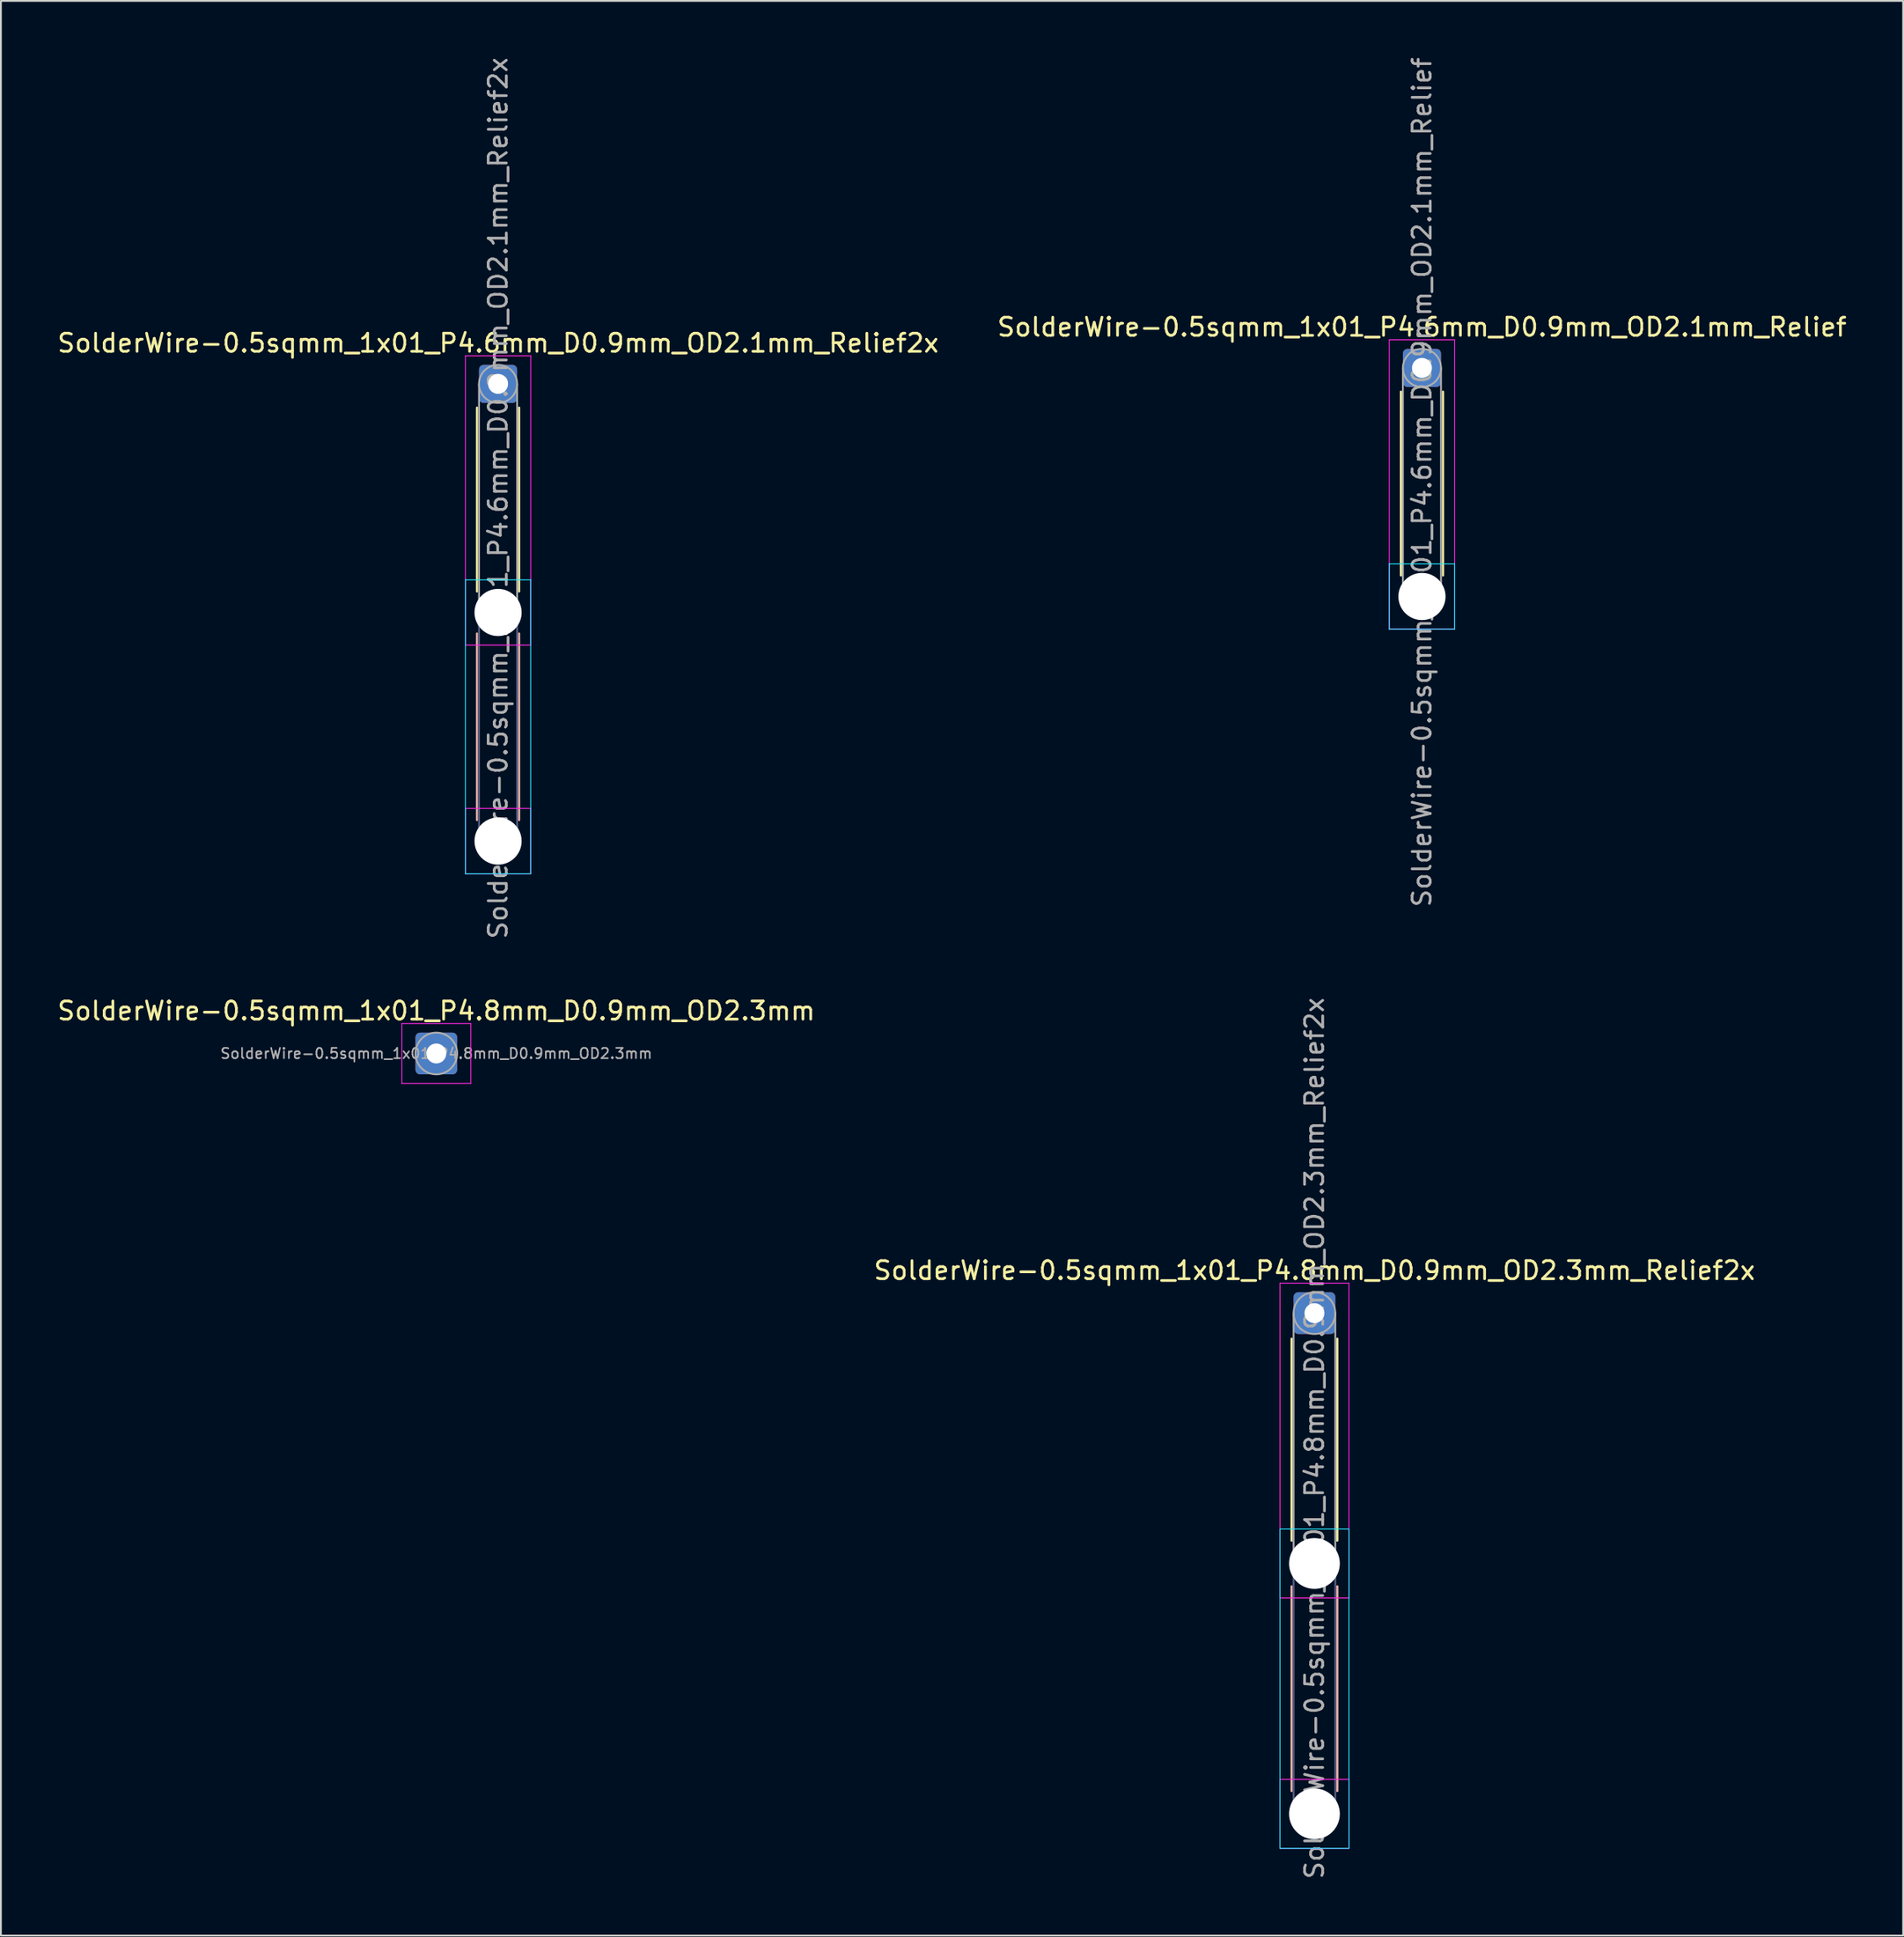
<source format=kicad_pcb>
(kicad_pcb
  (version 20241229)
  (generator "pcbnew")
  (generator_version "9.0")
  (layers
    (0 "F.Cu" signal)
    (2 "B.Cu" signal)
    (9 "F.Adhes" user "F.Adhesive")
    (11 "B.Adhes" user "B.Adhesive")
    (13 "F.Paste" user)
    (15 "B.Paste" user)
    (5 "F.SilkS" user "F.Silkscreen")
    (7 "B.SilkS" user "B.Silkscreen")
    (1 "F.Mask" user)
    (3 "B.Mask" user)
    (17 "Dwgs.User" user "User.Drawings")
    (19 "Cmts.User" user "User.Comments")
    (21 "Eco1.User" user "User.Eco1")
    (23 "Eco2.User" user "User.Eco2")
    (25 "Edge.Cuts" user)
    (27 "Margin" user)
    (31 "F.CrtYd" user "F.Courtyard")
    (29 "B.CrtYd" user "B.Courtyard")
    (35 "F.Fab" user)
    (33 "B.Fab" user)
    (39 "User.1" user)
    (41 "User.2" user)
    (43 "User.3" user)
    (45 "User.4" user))
  (footprint "SolderWire-0.5sqmm_1x01_P4.6mm_D0.9mm_OD2.1mm_Relief2x"
    (layer "F.Cu")
    (at 24.411 18.111)
    (property "Reference" "SolderWire-0.5sqmm_1x01_P4.6mm_D0.9mm_OD2.1mm_Relief2x" (at 0 -2.25 0) (layer "F.SilkS") (effects (font (size 1 1) (thickness 0.15))))
    (attr exclude_from_pos_files exclude_from_bom)
    (fp_line (start -1.16 1.31) (end -1.16 11.44) (stroke (width 0.12) (type solid)) (layer "F.SilkS"))
    (fp_line (start 1.16 1.31) (end 1.16 11.44) (stroke (width 0.12) (type solid)) (layer "F.SilkS"))
    (fp_line (start -1.16 13.76) (end -1.16 24.04) (stroke (width 0.12) (type solid)) (layer "B.SilkS"))
    (fp_line (start 1.16 13.76) (end 1.16 24.04) (stroke (width 0.12) (type solid)) (layer "B.SilkS"))
    (fp_line (start -1.8 10.8) (end -1.8 27) (stroke (width 0.05) (type solid)) (layer "B.CrtYd"))
    (fp_line (start -1.8 27) (end 1.8 27) (stroke (width 0.05) (type solid)) (layer "B.CrtYd"))
    (fp_line (start 1.8 10.8) (end -1.8 10.8) (stroke (width 0.05) (type solid)) (layer "B.CrtYd"))
    (fp_line (start 1.8 27) (end 1.8 10.8) (stroke (width 0.05) (type solid)) (layer "B.CrtYd"))
    (fp_line (start -1.8 -1.55) (end -1.8 14.4) (stroke (width 0.05) (type solid)) (layer "F.CrtYd"))
    (fp_line (start -1.8 14.4) (end 1.8 14.4) (stroke (width 0.05) (type solid)) (layer "F.CrtYd"))
    (fp_line (start -1.8 23.4) (end -1.8 27) (stroke (width 0.05) (type solid)) (layer "F.CrtYd"))
    (fp_line (start -1.8 27) (end 1.8 27) (stroke (width 0.05) (type solid)) (layer "F.CrtYd"))
    (fp_line (start 1.8 -1.55) (end -1.8 -1.55) (stroke (width 0.05) (type solid)) (layer "F.CrtYd"))
    (fp_line (start 1.8 14.4) (end 1.8 -1.55) (stroke (width 0.05) (type solid)) (layer "F.CrtYd"))
    (fp_line (start 1.8 23.4) (end -1.8 23.4) (stroke (width 0.05) (type solid)) (layer "F.CrtYd"))
    (fp_line (start 1.8 27) (end 1.8 23.4) (stroke (width 0.05) (type solid)) (layer "F.CrtYd"))
    (fp_line (start -1.05 12.6) (end -1.05 25.2) (stroke (width 0.1) (type solid)) (layer "B.Fab"))
    (fp_line (start 1.05 12.6) (end 1.05 25.2) (stroke (width 0.1) (type solid)) (layer "B.Fab"))
    (fp_circle (center 0 12.6) (end 1.05 12.6) (stroke (width 0.1) (type solid)) (fill no) (layer "B.Fab"))
    (fp_circle (center 0 25.2) (end 1.05 25.2) (stroke (width 0.1) (type solid)) (fill no) (layer "B.Fab"))
    (fp_line (start -1.05 0) (end -1.05 12.6) (stroke (width 0.1) (type solid)) (layer "F.Fab"))
    (fp_line (start 1.05 0) (end 1.05 12.6) (stroke (width 0.1) (type solid)) (layer "F.Fab"))
    (fp_circle (center 0 0) (end 1.05 0) (stroke (width 0.1) (type solid)) (fill no) (layer "F.Fab"))
    (fp_circle (center 0 12.6) (end 1.05 12.6) (stroke (width 0.1) (type solid)) (fill no) (layer "F.Fab"))
    (fp_circle (center 0 25.2) (end 1.05 25.2) (stroke (width 0.1) (type solid)) (fill no) (layer "F.Fab"))
    (fp_text user "${REFERENCE}" (at 0 6.3 90) (layer "F.Fab") (effects (font (size 1 1) (thickness 0.15))))
    (pad "" np_thru_hole circle (at 0 12.6) (size 2.6 2.6) (drill 2.6) (layers "*.Cu" "*.Mask"))
    (pad "" np_thru_hole circle (at 0 25.2) (size 2.6 2.6) (drill 2.6) (layers "*.Cu" "*.Mask"))
    (pad "1" thru_hole roundrect (at 0 0) (size 2.1 2.1) (drill 1.1) (layers "*.Cu" "*.Mask") (roundrect_rratio 0.119)))
  (footprint "SolderWire-0.5sqmm_1x01_P4.8mm_D0.9mm_OD2.3mm_Relief2x"
    (layer "F.Cu")
    (at 69.423 69.332)
    (property "Reference" "SolderWire-0.5sqmm_1x01_P4.8mm_D0.9mm_OD2.3mm_Relief2x" (at 0 -2.35 0) (layer "F.SilkS") (effects (font (size 1 1) (thickness 0.15))))
    (attr exclude_from_pos_files exclude_from_bom)
    (fp_line (start -1.26 1.41) (end -1.26 12.54) (stroke (width 0.12) (type solid)) (layer "F.SilkS"))
    (fp_line (start 1.26 1.41) (end 1.26 12.54) (stroke (width 0.12) (type solid)) (layer "F.SilkS"))
    (fp_line (start -1.26 15.06) (end -1.26 26.34) (stroke (width 0.12) (type solid)) (layer "B.SilkS"))
    (fp_line (start 1.26 15.06) (end 1.26 26.34) (stroke (width 0.12) (type solid)) (layer "B.SilkS"))
    (fp_line (start -1.9 11.9) (end -1.9 29.5) (stroke (width 0.05) (type solid)) (layer "B.CrtYd"))
    (fp_line (start -1.9 29.5) (end 1.9 29.5) (stroke (width 0.05) (type solid)) (layer "B.CrtYd"))
    (fp_line (start 1.9 11.9) (end -1.9 11.9) (stroke (width 0.05) (type solid)) (layer "B.CrtYd"))
    (fp_line (start 1.9 29.5) (end 1.9 11.9) (stroke (width 0.05) (type solid)) (layer "B.CrtYd"))
    (fp_line (start -1.9 -1.65) (end -1.9 15.7) (stroke (width 0.05) (type solid)) (layer "F.CrtYd"))
    (fp_line (start -1.9 15.7) (end 1.9 15.7) (stroke (width 0.05) (type solid)) (layer "F.CrtYd"))
    (fp_line (start -1.9 25.7) (end -1.9 29.5) (stroke (width 0.05) (type solid)) (layer "F.CrtYd"))
    (fp_line (start -1.9 29.5) (end 1.9 29.5) (stroke (width 0.05) (type solid)) (layer "F.CrtYd"))
    (fp_line (start 1.9 -1.65) (end -1.9 -1.65) (stroke (width 0.05) (type solid)) (layer "F.CrtYd"))
    (fp_line (start 1.9 15.7) (end 1.9 -1.65) (stroke (width 0.05) (type solid)) (layer "F.CrtYd"))
    (fp_line (start 1.9 25.7) (end -1.9 25.7) (stroke (width 0.05) (type solid)) (layer "F.CrtYd"))
    (fp_line (start 1.9 29.5) (end 1.9 25.7) (stroke (width 0.05) (type solid)) (layer "F.CrtYd"))
    (fp_line (start -1.15 13.8) (end -1.15 27.6) (stroke (width 0.1) (type solid)) (layer "B.Fab"))
    (fp_line (start 1.15 13.8) (end 1.15 27.6) (stroke (width 0.1) (type solid)) (layer "B.Fab"))
    (fp_circle (center 0 13.8) (end 1.15 13.8) (stroke (width 0.1) (type solid)) (fill no) (layer "B.Fab"))
    (fp_circle (center 0 27.6) (end 1.15 27.6) (stroke (width 0.1) (type solid)) (fill no) (layer "B.Fab"))
    (fp_line (start -1.15 0) (end -1.15 13.8) (stroke (width 0.1) (type solid)) (layer "F.Fab"))
    (fp_line (start 1.15 0) (end 1.15 13.8) (stroke (width 0.1) (type solid)) (layer "F.Fab"))
    (fp_circle (center 0 0) (end 1.15 0) (stroke (width 0.1) (type solid)) (fill no) (layer "F.Fab"))
    (fp_circle (center 0 13.8) (end 1.15 13.8) (stroke (width 0.1) (type solid)) (fill no) (layer "F.Fab"))
    (fp_circle (center 0 27.6) (end 1.15 27.6) (stroke (width 0.1) (type solid)) (fill no) (layer "F.Fab"))
    (fp_text user "${REFERENCE}" (at 0 6.9 90) (layer "F.Fab") (effects (font (size 1 1) (thickness 0.15))))
    (pad "" np_thru_hole circle (at 0 13.8) (size 2.8 2.8) (drill 2.8) (layers "*.Cu" "*.Mask"))
    (pad "" np_thru_hole circle (at 0 27.6) (size 2.8 2.8) (drill 2.8) (layers "*.Cu" "*.Mask"))
    (pad "1" thru_hole roundrect (at 0 0) (size 2.3 2.3) (drill 1.1) (layers "*.Cu" "*.Mask") (roundrect_rratio 0.109)))
  (footprint "SolderWire-0.5sqmm_1x01_P4.6mm_D0.9mm_OD2.1mm_Relief"
    (layer "F.Cu")
    (at 75.351 17.23)
    (property "Reference" "SolderWire-0.5sqmm_1x01_P4.6mm_D0.9mm_OD2.1mm_Relief" (at 0 -2.25 0) (layer "F.SilkS") (effects (font (size 1 1) (thickness 0.15))))
    (attr exclude_from_pos_files exclude_from_bom)
    (fp_line (start -1.16 1.31) (end -1.16 11.44) (stroke (width 0.12) (type solid)) (layer "F.SilkS"))
    (fp_line (start 1.16 1.31) (end 1.16 11.44) (stroke (width 0.12) (type solid)) (layer "F.SilkS"))
    (fp_line (start -1.8 10.8) (end -1.8 14.4) (stroke (width 0.05) (type solid)) (layer "B.CrtYd"))
    (fp_line (start -1.8 14.4) (end 1.8 14.4) (stroke (width 0.05) (type solid)) (layer "B.CrtYd"))
    (fp_line (start 1.8 10.8) (end -1.8 10.8) (stroke (width 0.05) (type solid)) (layer "B.CrtYd"))
    (fp_line (start 1.8 14.4) (end 1.8 10.8) (stroke (width 0.05) (type solid)) (layer "B.CrtYd"))
    (fp_line (start -1.8 -1.55) (end -1.8 14.4) (stroke (width 0.05) (type solid)) (layer "F.CrtYd"))
    (fp_line (start -1.8 14.4) (end 1.8 14.4) (stroke (width 0.05) (type solid)) (layer "F.CrtYd"))
    (fp_line (start 1.8 -1.55) (end -1.8 -1.55) (stroke (width 0.05) (type solid)) (layer "F.CrtYd"))
    (fp_line (start 1.8 14.4) (end 1.8 -1.55) (stroke (width 0.05) (type solid)) (layer "F.CrtYd"))
    (fp_line (start -1.05 0) (end -1.05 12.6) (stroke (width 0.1) (type solid)) (layer "F.Fab"))
    (fp_line (start 1.05 0) (end 1.05 12.6) (stroke (width 0.1) (type solid)) (layer "F.Fab"))
    (fp_circle (center 0 0) (end 1.05 0) (stroke (width 0.1) (type solid)) (fill no) (layer "F.Fab"))
    (fp_circle (center 0 12.6) (end 1.05 12.6) (stroke (width 0.1) (type solid)) (fill no) (layer "F.Fab"))
    (fp_text user "${REFERENCE}" (at 0 6.3 90) (layer "F.Fab") (effects (font (size 1 1) (thickness 0.15))))
    (pad "" np_thru_hole circle (at 0 12.6) (size 2.6 2.6) (drill 2.6) (layers "*.Cu" "*.Mask"))
    (pad "1" thru_hole roundrect (at 0 0) (size 2.1 2.1) (drill 1.1) (layers "*.Cu" "*.Mask") (roundrect_rratio 0.119)))
  (footprint "SolderWire-0.5sqmm_1x01_P4.8mm_D0.9mm_OD2.3mm"
    (layer "F.Cu")
    (at 21.006 55.02)
    (property "Reference" "SolderWire-0.5sqmm_1x01_P4.8mm_D0.9mm_OD2.3mm" (at 0 -2.35 0) (layer "F.SilkS") (effects (font (size 1 1) (thickness 0.15))))
    (attr exclude_from_pos_files exclude_from_bom)
    (fp_line (start -1.9 -1.65) (end -1.9 1.65) (stroke (width 0.05) (type solid)) (layer "F.CrtYd"))
    (fp_line (start -1.9 1.65) (end 1.9 1.65) (stroke (width 0.05) (type solid)) (layer "F.CrtYd"))
    (fp_line (start 1.9 -1.65) (end -1.9 -1.65) (stroke (width 0.05) (type solid)) (layer "F.CrtYd"))
    (fp_line (start 1.9 1.65) (end 1.9 -1.65) (stroke (width 0.05) (type solid)) (layer "F.CrtYd"))
    (fp_circle (center 0 0) (end 1.15 0) (stroke (width 0.1) (type solid)) (fill no) (layer "F.Fab"))
    (fp_text user "${REFERENCE}" (at 0 0 0) (layer "F.Fab") (effects (font (size 0.57 0.57) (thickness 0.09))))
    (pad "1" thru_hole roundrect (at 0 0) (size 2.3 2.3) (drill 1.1) (layers "*.Cu" "*.Mask") (roundrect_rratio 0.109)))
  (gr_rect
    (start -3 -3)
    (end 101.881 103.643)
    (stroke (width 0.1) (type default))
    (fill no)
    (layer "Edge.Cuts")))
</source>
